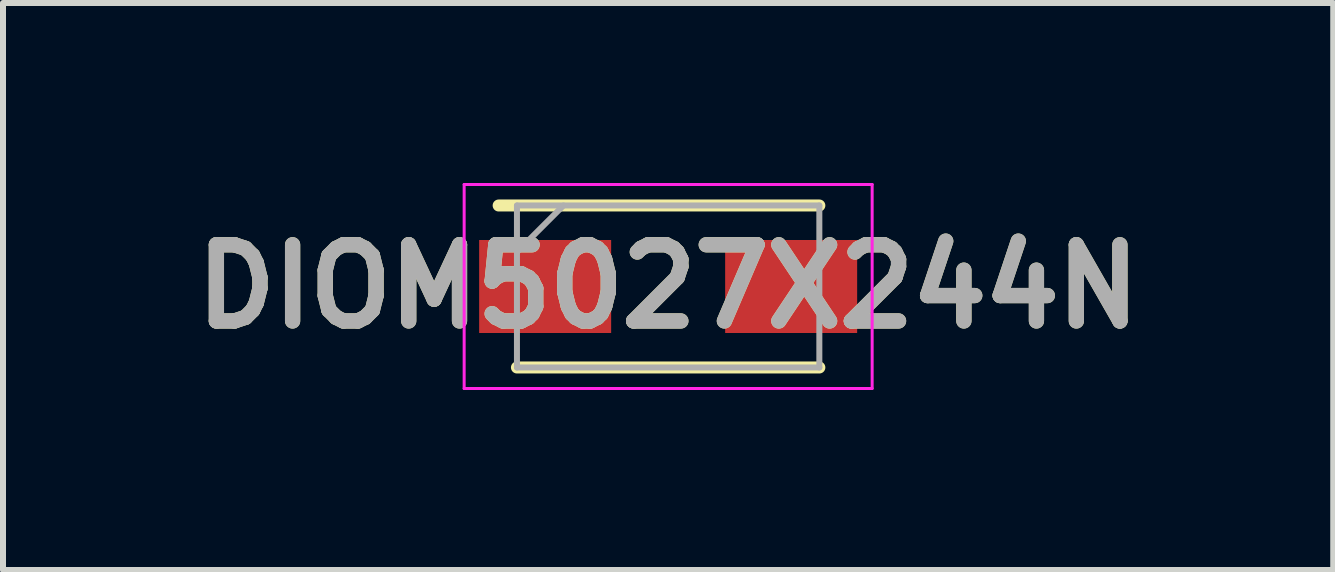
<source format=kicad_pcb>
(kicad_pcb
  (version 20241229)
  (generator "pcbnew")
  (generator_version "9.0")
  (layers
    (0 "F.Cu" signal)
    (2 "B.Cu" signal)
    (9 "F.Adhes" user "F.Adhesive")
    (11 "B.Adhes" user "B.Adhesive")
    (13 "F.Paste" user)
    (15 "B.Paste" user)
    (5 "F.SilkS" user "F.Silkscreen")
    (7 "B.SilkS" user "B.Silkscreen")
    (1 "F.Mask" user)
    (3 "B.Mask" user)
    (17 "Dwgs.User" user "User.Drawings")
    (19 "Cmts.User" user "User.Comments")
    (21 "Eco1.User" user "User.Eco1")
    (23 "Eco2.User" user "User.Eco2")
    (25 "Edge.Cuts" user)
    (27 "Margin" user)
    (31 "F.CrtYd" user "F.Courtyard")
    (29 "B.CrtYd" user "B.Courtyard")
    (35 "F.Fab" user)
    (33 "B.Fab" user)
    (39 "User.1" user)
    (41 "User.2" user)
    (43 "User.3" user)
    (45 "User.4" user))
  (footprint "DIOM5027X244N"
    (layer "F.Cu")
    (at 8.086 1.725)
    (property "Reference" "DIOM5027X244N" (at 0 0 0) (layer "F.SilkS") (effects (font (size 1.27 1.27) (thickness 0.254))))
    (attr smd)
    (fp_line (start -2.52 1.35) (end 2.52 1.35) (stroke (width 0.2) (type solid)) (layer "F.SilkS"))
    (fp_line (start 2.52 -1.35) (end -2.825 -1.35) (stroke (width 0.2) (type solid)) (layer "F.SilkS"))
    (fp_line (start -3.4 -1.7) (end 3.4 -1.7) (stroke (width 0.05) (type solid)) (layer "F.CrtYd"))
    (fp_line (start -3.4 1.7) (end -3.4 -1.7) (stroke (width 0.05) (type solid)) (layer "F.CrtYd"))
    (fp_line (start 3.4 -1.7) (end 3.4 1.7) (stroke (width 0.05) (type solid)) (layer "F.CrtYd"))
    (fp_line (start 3.4 1.7) (end -3.4 1.7) (stroke (width 0.05) (type solid)) (layer "F.CrtYd"))
    (fp_line (start -2.52 -1.35) (end 2.52 -1.35) (stroke (width 0.1) (type solid)) (layer "F.Fab"))
    (fp_line (start -2.52 -0.575) (end -1.745 -1.35) (stroke (width 0.1) (type solid)) (layer "F.Fab"))
    (fp_line (start -2.52 1.35) (end -2.52 -1.35) (stroke (width 0.1) (type solid)) (layer "F.Fab"))
    (fp_line (start 2.52 -1.35) (end 2.52 1.35) (stroke (width 0.1) (type solid)) (layer "F.Fab"))
    (fp_line (start 2.52 1.35) (end -2.52 1.35) (stroke (width 0.1) (type solid)) (layer "F.Fab"))
    (fp_text user "${REFERENCE}" (at 0 0 0) (layer "F.Fab") (effects (font (size 1.27 1.27) (thickness 0.254))))
    (pad "1" smd rect (at -2.05 0 90) (size 1.55 2.2) (layers "F.Cu" "F.Mask" "F.Paste"))
    (pad "2" smd rect (at 2.05 0 90) (size 1.55 2.2) (layers "F.Cu" "F.Mask" "F.Paste")))
  (gr_rect
    (start -3 -3)
    (end 19.171 6.45)
    (stroke (width 0.1) (type default))
    (fill no)
    (layer "Edge.Cuts")))
</source>
